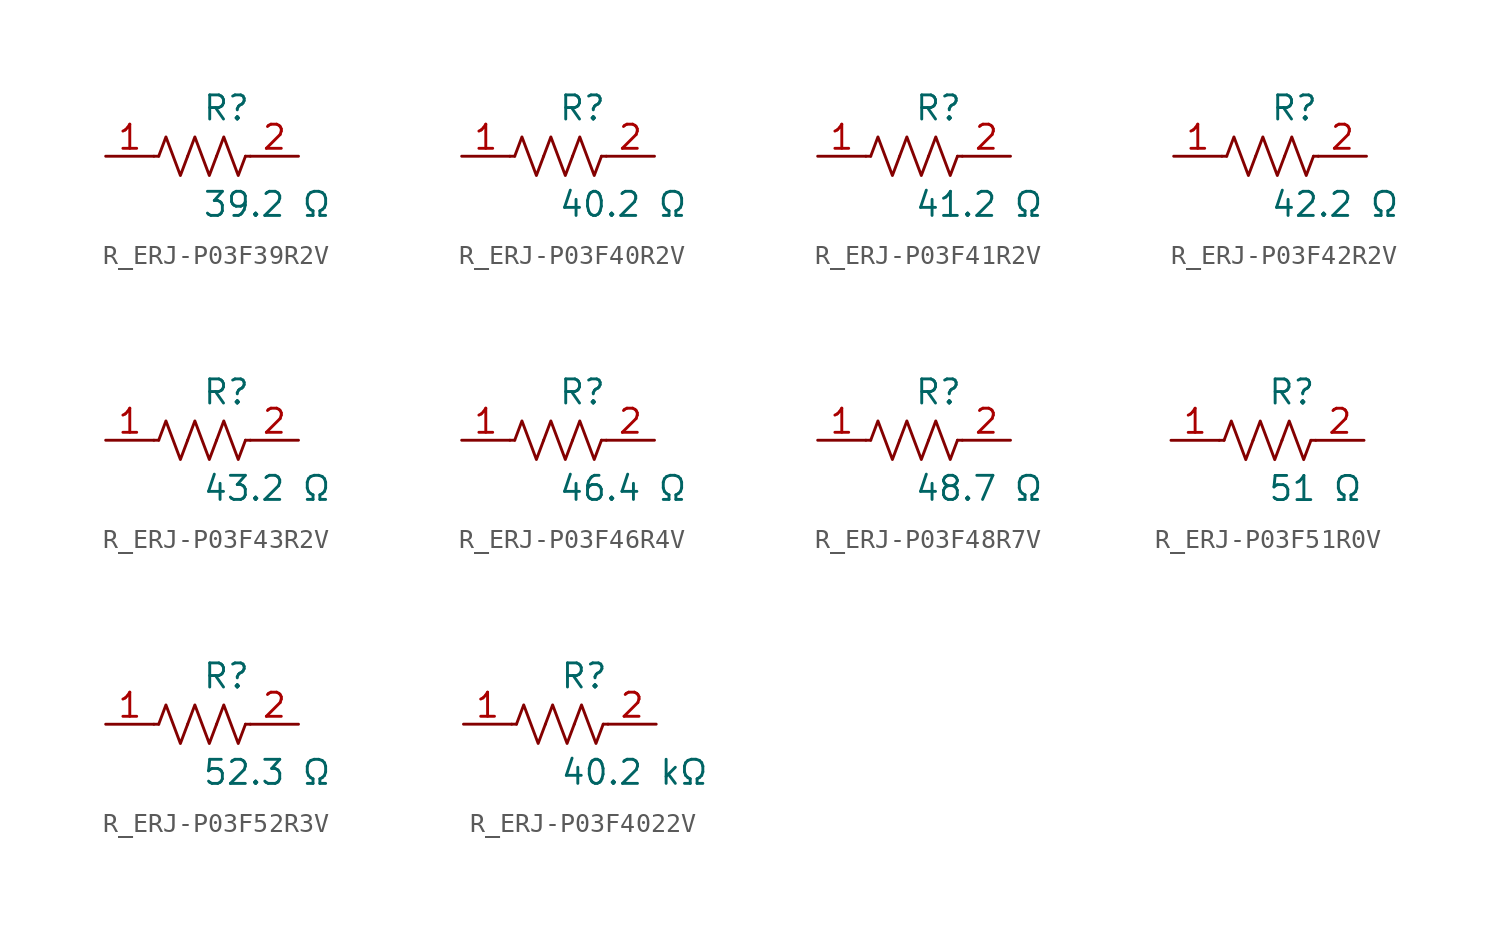
<source format=kicad_sym>
(kicad_symbol_lib
  (version 20231120)
  (generator kicad_symbol_editor)
  (generator_version 8.0)
  (symbol "R_ERJ-P03F39R2V"
    (pin_names
      (offset 0.254))
    (property "Reference" "R"
      (at 0.0 2.54 0)
      (effects (font (size 1.27 1.27)) (justify left)))
    (property "Value" "39.2 Ω"
      (at 0.0 -2.54 0)
      (effects (font (size 1.27 1.27)) (justify left)))
    (symbol "R_ERJ-P03F39R2V_0_1"
      (polyline (pts (xy 2.286 0) (xy 2.54 0)) (stroke (width 0) (type default)) (fill (type none)))
      (polyline (pts (xy -2.286 0) (xy -2.54 0)) (stroke (width 0) (type default)) (fill (type none)))
      (polyline (pts (xy 0.762 0) (xy 1.143 1.016) (xy 1.524 0) (xy 1.905 -1.016) (xy 2.286 0)) (stroke (width 0) (type default)) (fill (type none)))
      (polyline (pts (xy -0.762 0) (xy -0.381 1.016) (xy 0 0) (xy 0.381 -1.016) (xy 0.762 0)) (stroke (width 0) (type default)) (fill (type none)))
      (polyline (pts (xy -2.286 0) (xy -1.905 1.016) (xy -1.524 0) (xy -1.143 -1.016) (xy -0.762 0)) (stroke (width 0) (type default)) (fill (type none))))
    (pin unspecified line
      (at -5.08 0 0)
      (length 2.54)
      (name "" (effects (font (size 1.27 1.27))))
      (number "1" (effects (font (size 1.27 1.27)))))
    (pin unspecified line
      (at 5.08 0 180)
      (length 2.54)
      (name "" (effects (font (size 1.27 1.27))))
      (number "2" (effects (font (size 1.27 1.27))))))
  (symbol "R_ERJ-P03F40R2V"
    (pin_names
      (offset 0.254))
    (property "Reference" "R"
      (at 0.0 2.54 0)
      (effects (font (size 1.27 1.27)) (justify left)))
    (property "Value" "40.2 Ω"
      (at 0.0 -2.54 0)
      (effects (font (size 1.27 1.27)) (justify left)))
    (symbol "R_ERJ-P03F40R2V_0_1"
      (polyline (pts (xy 2.286 0) (xy 2.54 0)) (stroke (width 0) (type default)) (fill (type none)))
      (polyline (pts (xy -2.286 0) (xy -2.54 0)) (stroke (width 0) (type default)) (fill (type none)))
      (polyline (pts (xy 0.762 0) (xy 1.143 1.016) (xy 1.524 0) (xy 1.905 -1.016) (xy 2.286 0)) (stroke (width 0) (type default)) (fill (type none)))
      (polyline (pts (xy -0.762 0) (xy -0.381 1.016) (xy 0 0) (xy 0.381 -1.016) (xy 0.762 0)) (stroke (width 0) (type default)) (fill (type none)))
      (polyline (pts (xy -2.286 0) (xy -1.905 1.016) (xy -1.524 0) (xy -1.143 -1.016) (xy -0.762 0)) (stroke (width 0) (type default)) (fill (type none))))
    (pin unspecified line
      (at -5.08 0 0)
      (length 2.54)
      (name "" (effects (font (size 1.27 1.27))))
      (number "1" (effects (font (size 1.27 1.27)))))
    (pin unspecified line
      (at 5.08 0 180)
      (length 2.54)
      (name "" (effects (font (size 1.27 1.27))))
      (number "2" (effects (font (size 1.27 1.27))))))
  (symbol "R_ERJ-P03F41R2V"
    (pin_names
      (offset 0.254))
    (property "Reference" "R"
      (at 0.0 2.54 0)
      (effects (font (size 1.27 1.27)) (justify left)))
    (property "Value" "41.2 Ω"
      (at 0.0 -2.54 0)
      (effects (font (size 1.27 1.27)) (justify left)))
    (symbol "R_ERJ-P03F41R2V_0_1"
      (polyline (pts (xy 2.286 0) (xy 2.54 0)) (stroke (width 0) (type default)) (fill (type none)))
      (polyline (pts (xy -2.286 0) (xy -2.54 0)) (stroke (width 0) (type default)) (fill (type none)))
      (polyline (pts (xy 0.762 0) (xy 1.143 1.016) (xy 1.524 0) (xy 1.905 -1.016) (xy 2.286 0)) (stroke (width 0) (type default)) (fill (type none)))
      (polyline (pts (xy -0.762 0) (xy -0.381 1.016) (xy 0 0) (xy 0.381 -1.016) (xy 0.762 0)) (stroke (width 0) (type default)) (fill (type none)))
      (polyline (pts (xy -2.286 0) (xy -1.905 1.016) (xy -1.524 0) (xy -1.143 -1.016) (xy -0.762 0)) (stroke (width 0) (type default)) (fill (type none))))
    (pin unspecified line
      (at -5.08 0 0)
      (length 2.54)
      (name "" (effects (font (size 1.27 1.27))))
      (number "1" (effects (font (size 1.27 1.27)))))
    (pin unspecified line
      (at 5.08 0 180)
      (length 2.54)
      (name "" (effects (font (size 1.27 1.27))))
      (number "2" (effects (font (size 1.27 1.27))))))
  (symbol "R_ERJ-P03F42R2V"
    (pin_names
      (offset 0.254))
    (property "Reference" "R"
      (at 0.0 2.54 0)
      (effects (font (size 1.27 1.27)) (justify left)))
    (property "Value" "42.2 Ω"
      (at 0.0 -2.54 0)
      (effects (font (size 1.27 1.27)) (justify left)))
    (symbol "R_ERJ-P03F42R2V_0_1"
      (polyline (pts (xy 2.286 0) (xy 2.54 0)) (stroke (width 0) (type default)) (fill (type none)))
      (polyline (pts (xy -2.286 0) (xy -2.54 0)) (stroke (width 0) (type default)) (fill (type none)))
      (polyline (pts (xy 0.762 0) (xy 1.143 1.016) (xy 1.524 0) (xy 1.905 -1.016) (xy 2.286 0)) (stroke (width 0) (type default)) (fill (type none)))
      (polyline (pts (xy -0.762 0) (xy -0.381 1.016) (xy 0 0) (xy 0.381 -1.016) (xy 0.762 0)) (stroke (width 0) (type default)) (fill (type none)))
      (polyline (pts (xy -2.286 0) (xy -1.905 1.016) (xy -1.524 0) (xy -1.143 -1.016) (xy -0.762 0)) (stroke (width 0) (type default)) (fill (type none))))
    (pin unspecified line
      (at -5.08 0 0)
      (length 2.54)
      (name "" (effects (font (size 1.27 1.27))))
      (number "1" (effects (font (size 1.27 1.27)))))
    (pin unspecified line
      (at 5.08 0 180)
      (length 2.54)
      (name "" (effects (font (size 1.27 1.27))))
      (number "2" (effects (font (size 1.27 1.27))))))
  (symbol "R_ERJ-P03F43R2V"
    (pin_names
      (offset 0.254))
    (property "Reference" "R"
      (at 0.0 2.54 0)
      (effects (font (size 1.27 1.27)) (justify left)))
    (property "Value" "43.2 Ω"
      (at 0.0 -2.54 0)
      (effects (font (size 1.27 1.27)) (justify left)))
    (symbol "R_ERJ-P03F43R2V_0_1"
      (polyline (pts (xy 2.286 0) (xy 2.54 0)) (stroke (width 0) (type default)) (fill (type none)))
      (polyline (pts (xy -2.286 0) (xy -2.54 0)) (stroke (width 0) (type default)) (fill (type none)))
      (polyline (pts (xy 0.762 0) (xy 1.143 1.016) (xy 1.524 0) (xy 1.905 -1.016) (xy 2.286 0)) (stroke (width 0) (type default)) (fill (type none)))
      (polyline (pts (xy -0.762 0) (xy -0.381 1.016) (xy 0 0) (xy 0.381 -1.016) (xy 0.762 0)) (stroke (width 0) (type default)) (fill (type none)))
      (polyline (pts (xy -2.286 0) (xy -1.905 1.016) (xy -1.524 0) (xy -1.143 -1.016) (xy -0.762 0)) (stroke (width 0) (type default)) (fill (type none))))
    (pin unspecified line
      (at -5.08 0 0)
      (length 2.54)
      (name "" (effects (font (size 1.27 1.27))))
      (number "1" (effects (font (size 1.27 1.27)))))
    (pin unspecified line
      (at 5.08 0 180)
      (length 2.54)
      (name "" (effects (font (size 1.27 1.27))))
      (number "2" (effects (font (size 1.27 1.27))))))
  (symbol "R_ERJ-P03F46R4V"
    (pin_names
      (offset 0.254))
    (property "Reference" "R"
      (at 0.0 2.54 0)
      (effects (font (size 1.27 1.27)) (justify left)))
    (property "Value" "46.4 Ω"
      (at 0.0 -2.54 0)
      (effects (font (size 1.27 1.27)) (justify left)))
    (symbol "R_ERJ-P03F46R4V_0_1"
      (polyline (pts (xy 2.286 0) (xy 2.54 0)) (stroke (width 0) (type default)) (fill (type none)))
      (polyline (pts (xy -2.286 0) (xy -2.54 0)) (stroke (width 0) (type default)) (fill (type none)))
      (polyline (pts (xy 0.762 0) (xy 1.143 1.016) (xy 1.524 0) (xy 1.905 -1.016) (xy 2.286 0)) (stroke (width 0) (type default)) (fill (type none)))
      (polyline (pts (xy -0.762 0) (xy -0.381 1.016) (xy 0 0) (xy 0.381 -1.016) (xy 0.762 0)) (stroke (width 0) (type default)) (fill (type none)))
      (polyline (pts (xy -2.286 0) (xy -1.905 1.016) (xy -1.524 0) (xy -1.143 -1.016) (xy -0.762 0)) (stroke (width 0) (type default)) (fill (type none))))
    (pin unspecified line
      (at -5.08 0 0)
      (length 2.54)
      (name "" (effects (font (size 1.27 1.27))))
      (number "1" (effects (font (size 1.27 1.27)))))
    (pin unspecified line
      (at 5.08 0 180)
      (length 2.54)
      (name "" (effects (font (size 1.27 1.27))))
      (number "2" (effects (font (size 1.27 1.27))))))
  (symbol "R_ERJ-P03F48R7V"
    (pin_names
      (offset 0.254))
    (property "Reference" "R"
      (at 0.0 2.54 0)
      (effects (font (size 1.27 1.27)) (justify left)))
    (property "Value" "48.7 Ω"
      (at 0.0 -2.54 0)
      (effects (font (size 1.27 1.27)) (justify left)))
    (symbol "R_ERJ-P03F48R7V_0_1"
      (polyline (pts (xy 2.286 0) (xy 2.54 0)) (stroke (width 0) (type default)) (fill (type none)))
      (polyline (pts (xy -2.286 0) (xy -2.54 0)) (stroke (width 0) (type default)) (fill (type none)))
      (polyline (pts (xy 0.762 0) (xy 1.143 1.016) (xy 1.524 0) (xy 1.905 -1.016) (xy 2.286 0)) (stroke (width 0) (type default)) (fill (type none)))
      (polyline (pts (xy -0.762 0) (xy -0.381 1.016) (xy 0 0) (xy 0.381 -1.016) (xy 0.762 0)) (stroke (width 0) (type default)) (fill (type none)))
      (polyline (pts (xy -2.286 0) (xy -1.905 1.016) (xy -1.524 0) (xy -1.143 -1.016) (xy -0.762 0)) (stroke (width 0) (type default)) (fill (type none))))
    (pin unspecified line
      (at -5.08 0 0)
      (length 2.54)
      (name "" (effects (font (size 1.27 1.27))))
      (number "1" (effects (font (size 1.27 1.27)))))
    (pin unspecified line
      (at 5.08 0 180)
      (length 2.54)
      (name "" (effects (font (size 1.27 1.27))))
      (number "2" (effects (font (size 1.27 1.27))))))
  (symbol "R_ERJ-P03F51R0V"
    (pin_names
      (offset 0.254))
    (property "Reference" "R"
      (at 0.0 2.54 0)
      (effects (font (size 1.27 1.27)) (justify left)))
    (property "Value" "51 Ω"
      (at 0.0 -2.54 0)
      (effects (font (size 1.27 1.27)) (justify left)))
    (symbol "R_ERJ-P03F51R0V_0_1"
      (polyline (pts (xy 2.286 0) (xy 2.54 0)) (stroke (width 0) (type default)) (fill (type none)))
      (polyline (pts (xy -2.286 0) (xy -2.54 0)) (stroke (width 0) (type default)) (fill (type none)))
      (polyline (pts (xy 0.762 0) (xy 1.143 1.016) (xy 1.524 0) (xy 1.905 -1.016) (xy 2.286 0)) (stroke (width 0) (type default)) (fill (type none)))
      (polyline (pts (xy -0.762 0) (xy -0.381 1.016) (xy 0 0) (xy 0.381 -1.016) (xy 0.762 0)) (stroke (width 0) (type default)) (fill (type none)))
      (polyline (pts (xy -2.286 0) (xy -1.905 1.016) (xy -1.524 0) (xy -1.143 -1.016) (xy -0.762 0)) (stroke (width 0) (type default)) (fill (type none))))
    (pin unspecified line
      (at -5.08 0 0)
      (length 2.54)
      (name "" (effects (font (size 1.27 1.27))))
      (number "1" (effects (font (size 1.27 1.27)))))
    (pin unspecified line
      (at 5.08 0 180)
      (length 2.54)
      (name "" (effects (font (size 1.27 1.27))))
      (number "2" (effects (font (size 1.27 1.27))))))
  (symbol "R_ERJ-P03F52R3V"
    (pin_names
      (offset 0.254))
    (property "Reference" "R"
      (at 0.0 2.54 0)
      (effects (font (size 1.27 1.27)) (justify left)))
    (property "Value" "52.3 Ω"
      (at 0.0 -2.54 0)
      (effects (font (size 1.27 1.27)) (justify left)))
    (symbol "R_ERJ-P03F52R3V_0_1"
      (polyline (pts (xy 2.286 0) (xy 2.54 0)) (stroke (width 0) (type default)) (fill (type none)))
      (polyline (pts (xy -2.286 0) (xy -2.54 0)) (stroke (width 0) (type default)) (fill (type none)))
      (polyline (pts (xy 0.762 0) (xy 1.143 1.016) (xy 1.524 0) (xy 1.905 -1.016) (xy 2.286 0)) (stroke (width 0) (type default)) (fill (type none)))
      (polyline (pts (xy -0.762 0) (xy -0.381 1.016) (xy 0 0) (xy 0.381 -1.016) (xy 0.762 0)) (stroke (width 0) (type default)) (fill (type none)))
      (polyline (pts (xy -2.286 0) (xy -1.905 1.016) (xy -1.524 0) (xy -1.143 -1.016) (xy -0.762 0)) (stroke (width 0) (type default)) (fill (type none))))
    (pin unspecified line
      (at -5.08 0 0)
      (length 2.54)
      (name "" (effects (font (size 1.27 1.27))))
      (number "1" (effects (font (size 1.27 1.27)))))
    (pin unspecified line
      (at 5.08 0 180)
      (length 2.54)
      (name "" (effects (font (size 1.27 1.27))))
      (number "2" (effects (font (size 1.27 1.27))))))
  (symbol "R_ERJ-P03F4022V"
    (pin_names
      (offset 0.254))
    (property "Reference" "R"
      (at 0.0 2.54 0)
      (effects (font (size 1.27 1.27)) (justify left)))
    (property "Value" "40.2 kΩ"
      (at 0.0 -2.54 0)
      (effects (font (size 1.27 1.27)) (justify left)))
    (symbol "R_ERJ-P03F4022V_0_1"
      (polyline (pts (xy 2.286 0) (xy 2.54 0)) (stroke (width 0) (type default)) (fill (type none)))
      (polyline (pts (xy -2.286 0) (xy -2.54 0)) (stroke (width 0) (type default)) (fill (type none)))
      (polyline (pts (xy 0.762 0) (xy 1.143 1.016) (xy 1.524 0) (xy 1.905 -1.016) (xy 2.286 0)) (stroke (width 0) (type default)) (fill (type none)))
      (polyline (pts (xy -0.762 0) (xy -0.381 1.016) (xy 0 0) (xy 0.381 -1.016) (xy 0.762 0)) (stroke (width 0) (type default)) (fill (type none)))
      (polyline (pts (xy -2.286 0) (xy -1.905 1.016) (xy -1.524 0) (xy -1.143 -1.016) (xy -0.762 0)) (stroke (width 0) (type default)) (fill (type none))))
    (pin unspecified line
      (at -5.08 0 0)
      (length 2.54)
      (name "" (effects (font (size 1.27 1.27))))
      (number "1" (effects (font (size 1.27 1.27)))))
    (pin unspecified line
      (at 5.08 0 180)
      (length 2.54)
      (name "" (effects (font (size 1.27 1.27))))
      (number "2" (effects (font (size 1.27 1.27)))))))
</source>
